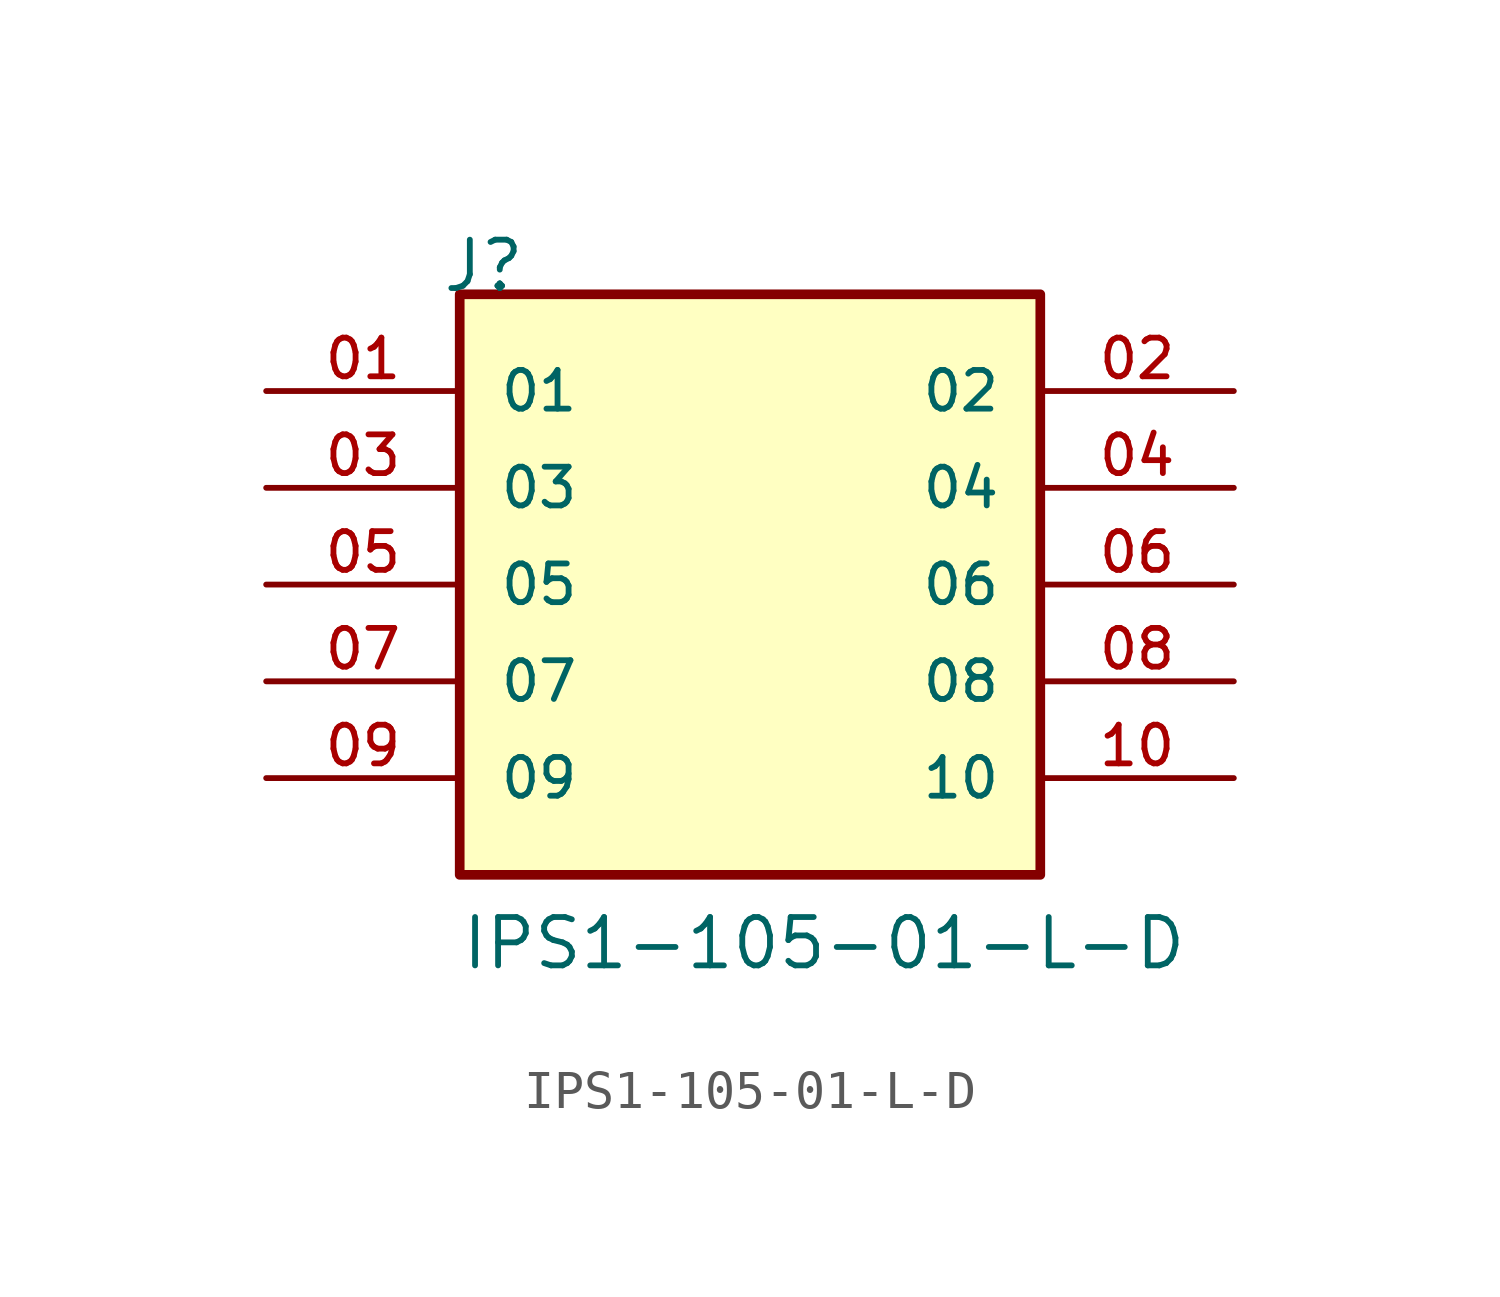
<source format=kicad_sym>
(kicad_symbol_lib
  (version 20211014)
  (generator kicad_symbol_editor)
  (symbol "IPS1-105-01-L-D"
    (pin_names
      (offset 1.016))
    (property "Reference" "J"
      (at -8.12 7.62 0)
      (effects (font (size 1.27 1.27)) (justify bottom left)))
    (property "Value" "IPS1-105-01-L-D"
      (at -7.62 -10.16 0)
      (effects (font (size 1.27 1.27)) (justify bottom left)))
    (symbol "IPS1-105-01-L-D_0_0"
      (rectangle (start -7.62 -7.62) (end 7.62 7.62) (stroke (width 0.254)) (fill (type background)))
      (pin passive line (at -12.7 5.08 0) (length 5.08) (name "01" (effects (font (size 1.016 1.016)))) (number "01" (effects (font (size 1.016 1.016)))))
      (pin passive line (at 12.7 5.08 180.0) (length 5.08) (name "02" (effects (font (size 1.016 1.016)))) (number "02" (effects (font (size 1.016 1.016)))))
      (pin passive line (at -12.7 2.54 0) (length 5.08) (name "03" (effects (font (size 1.016 1.016)))) (number "03" (effects (font (size 1.016 1.016)))))
      (pin passive line (at 12.7 2.54 180.0) (length 5.08) (name "04" (effects (font (size 1.016 1.016)))) (number "04" (effects (font (size 1.016 1.016)))))
      (pin passive line (at -12.7 0.0 0) (length 5.08) (name "05" (effects (font (size 1.016 1.016)))) (number "05" (effects (font (size 1.016 1.016)))))
      (pin passive line (at 12.7 0.0 180.0) (length 5.08) (name "06" (effects (font (size 1.016 1.016)))) (number "06" (effects (font (size 1.016 1.016)))))
      (pin passive line (at -12.7 -2.54 0) (length 5.08) (name "07" (effects (font (size 1.016 1.016)))) (number "07" (effects (font (size 1.016 1.016)))))
      (pin passive line (at 12.7 -2.54 180.0) (length 5.08) (name "08" (effects (font (size 1.016 1.016)))) (number "08" (effects (font (size 1.016 1.016)))))
      (pin passive line (at -12.7 -5.08 0) (length 5.08) (name "09" (effects (font (size 1.016 1.016)))) (number "09" (effects (font (size 1.016 1.016)))))
      (pin passive line (at 12.7 -5.08 180.0) (length 5.08) (name "10" (effects (font (size 1.016 1.016)))) (number "10" (effects (font (size 1.016 1.016))))))))
</source>
